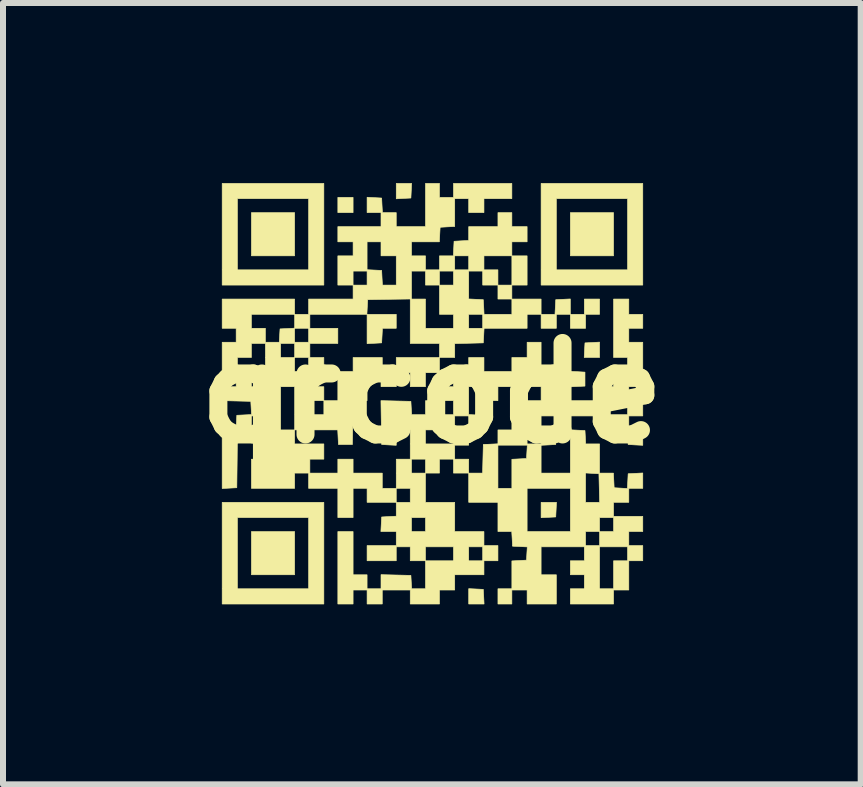
<source format=kicad_pcb>
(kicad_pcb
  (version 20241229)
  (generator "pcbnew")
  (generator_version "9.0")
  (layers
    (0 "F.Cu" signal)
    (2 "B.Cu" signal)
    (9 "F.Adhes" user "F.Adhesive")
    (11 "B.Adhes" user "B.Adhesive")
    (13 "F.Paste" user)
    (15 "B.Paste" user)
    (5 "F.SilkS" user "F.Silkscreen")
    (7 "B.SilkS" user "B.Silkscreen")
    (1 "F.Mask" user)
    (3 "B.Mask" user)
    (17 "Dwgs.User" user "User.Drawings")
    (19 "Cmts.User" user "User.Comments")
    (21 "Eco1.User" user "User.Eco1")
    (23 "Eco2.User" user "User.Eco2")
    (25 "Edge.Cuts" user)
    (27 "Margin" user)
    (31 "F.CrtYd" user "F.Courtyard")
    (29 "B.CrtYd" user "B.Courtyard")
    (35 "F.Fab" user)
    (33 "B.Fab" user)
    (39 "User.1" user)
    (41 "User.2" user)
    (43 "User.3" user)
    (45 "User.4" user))
  (footprint "qrcode"
    (layer "F.Cu")
    (at 4.144 3.498)
    (property "Reference" "qrcode" (at 0 0 0) (layer "F.SilkS") (effects (font (size 1.524 1.524) (thickness 0.3))))
    (attr through_hole)
    (fp_poly (pts (xy -2.286 -2.286) (xy -3.006 -2.286) (xy -3.006 -3.006) (xy -2.286 -3.006) (xy -2.286 -2.286)) (stroke (width 0.01) (type solid)) (fill yes) (layer "F.SilkS"))
    (fp_poly (pts (xy -2.286 3.027) (xy -3.006 3.027) (xy -3.006 2.307) (xy -2.286 2.307) (xy -2.286 3.027)) (stroke (width 0.01) (type solid)) (fill yes) (layer "F.SilkS"))
    (fp_poly (pts (xy -1.312 -3.006) (xy -1.566 -3.006) (xy -1.566 -3.26) (xy -1.312 -3.26) (xy -1.312 -3.006)) (stroke (width 0.01) (type solid)) (fill yes) (layer "F.SilkS"))
    (fp_poly (pts (xy 3.027 -2.286) (xy 2.307 -2.286) (xy 2.307 -3.006) (xy 3.027 -3.006) (xy 3.027 -2.286)) (stroke (width 0.01) (type solid)) (fill yes) (layer "F.SilkS"))
    (fp_poly (pts (xy 2.307 -0.593) (xy 2.051 -0.593) (xy 2.057 -0.714) (xy 2.064 -0.836) (xy 2.307 -0.849) (xy 2.307 -0.593)) (stroke (width 0.01) (type solid)) (fill yes) (layer "F.SilkS"))
    (fp_poly (pts (xy -0.593 -1.079) (xy -0.823 -1.079) (xy -0.836 -0.836) (xy -1.079 -0.823) (xy -1.079 -1.312) (xy -0.593 -1.312) (xy -0.593 -1.079)) (stroke (width 0.01) (type solid)) (fill yes) (layer "F.SilkS"))
    (fp_poly (pts (xy -0.343 -3.371) (xy -0.349 -3.249) (xy -0.471 -3.243) (xy -0.593 -3.236) (xy -0.593 -3.493) (xy -0.337 -3.493) (xy -0.343 -3.371)) (stroke (width 0.01) (type solid)) (fill yes) (layer "F.SilkS"))
    (fp_poly (pts (xy 0.736 3.264) (xy 0.857 3.27) (xy 0.864 3.392) (xy 0.87 3.514) (xy 0.614 3.514) (xy 0.614 3.258) (xy 0.736 3.264)) (stroke (width 0.01) (type solid)) (fill yes) (layer "F.SilkS"))
    (fp_poly (pts (xy 2.07 1.942) (xy 2.064 2.064) (xy 1.942 2.07) (xy 1.82 2.076) (xy 1.82 1.82) (xy 2.076 1.82) (xy 2.07 1.942)) (stroke (width 0.01) (type solid)) (fill yes) (layer "F.SilkS"))
    (fp_poly (pts (xy 2.429 -0.356) (xy 2.551 -0.349) (xy 2.551 -0.116) (xy 2.429 -0.11) (xy 2.307 -0.104) (xy 2.307 -0.362) (xy 2.429 -0.356)) (stroke (width 0.01) (type solid)) (fill yes) (layer "F.SilkS"))
    (fp_poly (pts (xy 2.794 -0.593) (xy 2.538 -0.593) (xy 2.544 -0.714) (xy 2.551 -0.836) (xy 2.672 -0.842) (xy 2.794 -0.849) (xy 2.794 -0.593)) (stroke (width 0.01) (type solid)) (fill yes) (layer "F.SilkS"))
    (fp_poly (pts (xy 2.307 -1.312) (xy 2.074 -1.312) (xy 2.074 -1.079) (xy 1.82 -1.079) (xy 1.82 -1.312) (xy 2.051 -1.312) (xy 2.064 -1.556) (xy 2.307 -1.568) (xy 2.307 -1.312)) (stroke (width 0.01) (type solid)) (fill yes) (layer "F.SilkS"))
    (fp_poly (pts (xy 2.794 -1.312) (xy 2.561 -1.312) (xy 2.561 -1.079) (xy 2.307 -1.079) (xy 2.307 -1.312) (xy 2.54 -1.312) (xy 2.54 -1.566) (xy 2.794 -1.566) (xy 2.794 -1.312)) (stroke (width 0.01) (type solid)) (fill yes) (layer "F.SilkS"))
    (fp_poly (pts (xy -1.799 -1.799) (xy -3.493 -1.799) (xy -3.493 -3.239) (xy -3.239 -3.239) (xy -3.239 -2.053) (xy -2.053 -2.053) (xy -2.053 -3.239) (xy -3.239 -3.239) (xy -3.493 -3.239) (xy -3.493 -3.493) (xy -1.799 -3.493) (xy -1.799 -1.799)) (stroke (width 0.01) (type solid)) (fill yes) (layer "F.SilkS"))
    (fp_poly (pts (xy -1.799 3.514) (xy -3.493 3.514) (xy -3.493 2.074) (xy -3.239 2.074) (xy -3.239 3.26) (xy -2.053 3.26) (xy -2.053 2.074) (xy -3.239 2.074) (xy -3.493 2.074) (xy -3.493 1.82) (xy -1.799 1.82) (xy -1.799 3.514)) (stroke (width 0.01) (type solid)) (fill yes) (layer "F.SilkS"))
    (fp_poly (pts (xy 3.514 -1.799) (xy 1.82 -1.799) (xy 1.82 -3.239) (xy 2.074 -3.239) (xy 2.074 -2.053) (xy 3.26 -2.053) (xy 3.26 -3.239) (xy 2.074 -3.239) (xy 1.82 -3.239) (xy 1.82 -3.493) (xy 3.514 -3.493) (xy 3.514 -1.799)) (stroke (width 0.01) (type solid)) (fill yes) (layer "F.SilkS"))
    (fp_poly (pts (xy 1.587 -2.286) (xy 1.587 -1.799) (xy 1.333 -1.799) (xy 1.333 -1.566) (xy 1.82 -1.566) (xy 1.82 -1.312) (xy 1.587 -1.312) (xy 1.587 -1.079) (xy 0.87 -1.079) (xy 0.864 -0.958) (xy 0.857 -0.836) (xy 0.381 -0.824) (xy 0.381 -0.593) (xy 0.127 -0.593) (xy 0.127 -0.339) (xy -0.106 -0.339) (xy -0.106 -0.106) (xy -0.36 -0.106) (xy -0.36 -0.339) (xy -0.593 -0.339) (xy -0.593 -0.106) (xy -0.847 -0.106) (xy -0.847 -0.339) (xy -1.079 -0.339) (xy -1.079 0.127) (xy -1.311 0.127) (xy -1.317 0.492) (xy -1.323 0.857) (xy -1.556 0.857) (xy -1.562 0.736) (xy -1.568 0.614) (xy -2.286 0.614) (xy -2.286 0.847) (xy -1.799 0.847) (xy -1.799 1.101) (xy -2.032 1.101) (xy -2.032 1.333) (xy -1.566 1.333) (xy -1.566 1.101) (xy -1.312 1.101) (xy -1.312 1.333) (xy -0.826 1.333) (xy -0.826 1.587) (xy -0.593 1.587) (xy -0.593 1.82) (xy -0.36 1.82) (xy -0.36 1.587) (xy -0.593 1.587) (xy -0.593 1.101) (xy -0.36 1.101) (xy -0.339 1.101) (xy -0.339 1.333) (xy -0.106 1.333) (xy -0.106 1.101) (xy -0.339 1.101) (xy -0.36 1.101) (xy -0.36 0.868) (xy 0.381 0.868) (xy 0.381 1.101) (xy 0.614 1.101) (xy 0.614 1.333) (xy 0.845 1.333) (xy 0.857 0.868) (xy 1.101 0.868) (xy 1.101 1.587) (xy 1.333 1.587) (xy 1.587 1.587) (xy 1.587 2.307) (xy 2.307 2.307) (xy 2.561 2.307) (xy 2.561 2.54) (xy 2.794 2.54) (xy 2.794 2.307) (xy 2.561 2.307) (xy 2.307 2.307) (xy 2.307 2.074) (xy 2.794 2.074) (xy 2.794 2.307) (xy 3.027 2.307) (xy 3.027 2.074) (xy 2.794 2.074) (xy 2.307 2.074) (xy 2.307 1.82) (xy 2.561 1.82) (xy 2.795 1.82) (xy 2.783 1.344) (xy 2.561 1.331) (xy 2.561 1.82) (xy 2.307 1.82) (xy 2.307 1.587) (xy 1.587 1.587) (xy 1.333 1.587) (xy 1.333 1.103) (xy 1.577 1.09) (xy 1.59 0.87) (xy 1.82 0.87) (xy 1.82 1.333) (xy 2.307 1.333) (xy 2.307 0.614) (xy 2.076 0.614) (xy 2.07 0.736) (xy 2.064 0.857) (xy 1.942 0.864) (xy 1.82 0.87) (xy 1.59 0.87) (xy 1.59 0.868) (xy 1.101 0.868) (xy 0.857 0.868) (xy 0.857 0.857) (xy 1.101 0.845) (xy 1.101 0.614) (xy 1.333 0.614) (xy 1.587 0.614) (xy 1.587 0.847) (xy 1.82 0.847) (xy 1.82 0.614) (xy 1.587 0.614) (xy 1.333 0.614) (xy 1.333 0.381) (xy 1.82 0.381) (xy 1.82 0.614) (xy 2.053 0.614) (xy 2.053 0.381) (xy 1.82 0.381) (xy 1.333 0.381) (xy 1.333 0.127) (xy 1.82 0.127) (xy 1.82 -0.106) (xy 1.101 -0.106) (xy 1.101 0.127) (xy 0.847 0.127) (xy 0.847 -0.106) (xy 0.614 -0.106) (xy 0.614 0.358) (xy 0.736 0.364) (xy 0.857 0.37) (xy 0.864 0.492) (xy 0.87 0.614) (xy 0.614 0.614) (xy 0.614 0.868) (xy 0.381 0.868) (xy -0.36 0.868) (xy -0.36 0.614) (xy -0.106 0.614) (xy -0.106 0.847) (xy 0.36 0.847) (xy 0.36 0.614) (xy -0.106 0.614) (xy -0.36 0.614) (xy -0.593 0.614) (xy -0.593 0.87) (xy -0.714 0.864) (xy -0.836 0.857) (xy -0.842 0.491) (xy -0.844 0.381) (xy 0.381 0.381) (xy 0.381 0.614) (xy 0.614 0.614) (xy 0.614 0.381) (xy 0.381 0.381) (xy -0.844 0.381) (xy -0.848 0.126) (xy -0.598 0.132) (xy -0.349 0.138) (xy -0.343 0.249) (xy -0.336 0.36) (xy -0.106 0.36) (xy -0.106 0.127) (xy 0.127 0.127) (xy 0.127 0.36) (xy 0.36 0.36) (xy 0.36 0.127) (xy 0.127 0.127) (xy 0.127 -0.106) (xy 0.358 -0.106) (xy 0.37 -0.349) (xy 0.492 -0.356) (xy 0.614 -0.362) (xy 0.614 -0.593) (xy 0.868 -0.593) (xy 0.868 -0.36) (xy 1.333 -0.36) (xy 1.333 -0.593) (xy 1.587 -0.593) (xy 1.587 -0.847) (xy 1.82 -0.847) (xy 1.82 -0.362) (xy 1.942 -0.356) (xy 2.064 -0.349) (xy 2.07 0.005) (xy 2.075 0.36) (xy 2.307 0.36) (xy 2.307 0.127) (xy 2.794 0.127) (xy 2.794 0.36) (xy 3.26 0.36) (xy 3.26 0.127) (xy 2.794 0.127) (xy 2.794 -0.106) (xy 3.027 -0.106) (xy 3.027 -0.36) (xy 3.26 -0.36) (xy 3.26 -0.593) (xy 3.027 -0.593) (xy 3.027 -1.566) (xy 3.281 -1.566) (xy 3.281 -1.312) (xy 3.514 -1.312) (xy 3.514 -1.079) (xy 3.281 -1.079) (xy 3.281 -0.847) (xy 3.514 -0.847) (xy 3.514 -0.106) (xy 3.281 -0.106) (xy 3.281 0.127) (xy 3.514 0.127) (xy 3.514 0.381) (xy 3.281 0.381) (xy 3.281 0.614) (xy 3.514 0.614) (xy 3.514 0.87) (xy 3.392 0.864) (xy 3.27 0.857) (xy 3.264 0.736) (xy 3.258 0.614) (xy 2.794 0.614) (xy 2.794 0.381) (xy 2.307 0.381) (xy 2.307 0.612) (xy 2.429 0.618) (xy 2.551 0.624) (xy 2.557 0.736) (xy 2.563 0.847) (xy 2.794 0.847) (xy 2.794 1.333) (xy 3.025 1.333) (xy 3.037 1.577) (xy 3.257 1.59) (xy 3.264 1.467) (xy 3.27 1.344) (xy 3.514 1.331) (xy 3.514 1.587) (xy 3.281 1.587) (xy 3.281 1.82) (xy 3.027 1.82) (xy 3.027 2.053) (xy 3.514 2.053) (xy 3.514 2.307) (xy 3.281 2.307) (xy 3.281 2.54) (xy 3.514 2.54) (xy 3.514 2.794) (xy 3.281 2.794) (xy 3.281 3.281) (xy 3.027 3.281) (xy 3.027 3.514) (xy 2.307 3.514) (xy 2.307 3.26) (xy 2.54 3.26) (xy 2.54 3.027) (xy 2.307 3.027) (xy 2.307 2.794) (xy 2.54 2.794) (xy 2.54 2.561) (xy 2.794 2.561) (xy 2.794 3.26) (xy 3.027 3.26) (xy 3.027 2.794) (xy 3.26 2.794) (xy 3.26 2.561) (xy 2.794 2.561) (xy 2.54 2.561) (xy 1.82 2.561) (xy 1.82 3.027) (xy 2.074 3.027) (xy 2.074 3.514) (xy 1.587 3.514) (xy 1.587 3.281) (xy 1.333 3.281) (xy 1.333 3.514) (xy 1.101 3.514) (xy 1.101 3.26) (xy 1.333 3.26) (xy 1.333 2.796) (xy 1.577 2.783) (xy 1.583 2.673) (xy 1.59 2.563) (xy 1.467 2.557) (xy 1.344 2.551) (xy 1.338 2.429) (xy 1.331 2.307) (xy 1.101 2.307) (xy 1.101 1.82) (xy 0.614 1.82) (xy 0.614 1.333) (xy 0.36 1.333) (xy 0.36 1.101) (xy 0.127 1.101) (xy 0.127 1.333) (xy -0.106 1.333) (xy -0.106 1.82) (xy 0.381 1.82) (xy 0.381 2.307) (xy 0.868 2.307) (xy 0.868 2.54) (xy 1.101 2.54) (xy 1.101 2.794) (xy 0.868 2.794) (xy 0.868 3.027) (xy 0.381 3.027) (xy 0.381 3.281) (xy 0.127 3.281) (xy 0.127 3.514) (xy -0.36 3.514) (xy -0.36 3.281) (xy -0.826 3.281) (xy -0.826 3.514) (xy -1.079 3.514) (xy -1.079 3.281) (xy -1.312 3.281) (xy -1.312 3.514) (xy -1.566 3.514) (xy -1.566 2.307) (xy -1.312 2.307) (xy -1.312 3.027) (xy -1.079 3.027) (xy -1.079 3.26) (xy -0.847 3.26) (xy -0.847 3.025) (xy -0.598 3.031) (xy -0.349 3.037) (xy -0.343 3.149) (xy -0.336 3.26) (xy -0.106 3.26) (xy -0.106 2.794) (xy -0.36 2.794) (xy -0.36 2.561) (xy -0.106 2.561) (xy -0.106 2.794) (xy 0.36 2.794) (xy 0.36 2.561) (xy 0.614 2.561) (xy 0.614 2.794) (xy 0.847 2.794) (xy 0.847 2.561) (xy 0.614 2.561) (xy 0.36 2.561) (xy -0.106 2.561) (xy -0.36 2.561) (xy -0.593 2.561) (xy -0.593 2.794) (xy -1.079 2.794) (xy -1.079 2.54) (xy -0.593 2.54) (xy -0.593 2.307) (xy -0.849 2.307) (xy -0.837 2.074) (xy -0.339 2.074) (xy -0.339 2.307) (xy -0.106 2.307) (xy -0.106 2.074) (xy -0.339 2.074) (xy -0.837 2.074) (xy -0.836 2.064) (xy -0.714 2.057) (xy -0.593 2.051) (xy -0.593 1.82) (xy -1.079 1.82) (xy -1.079 1.587) (xy -1.312 1.587) (xy -1.312 2.074) (xy -1.566 2.074) (xy -1.566 1.587) (xy -2.053 1.587) (xy -2.053 1.333) (xy -2.286 1.333) (xy -2.286 1.587) (xy -3.006 1.587) (xy -3.006 1.101) (xy -2.773 1.101) (xy -2.773 0.381) (xy -3.006 0.381) (xy -3.006 0.614) (xy -3.238 0.614) (xy -3.243 1.095) (xy -3.249 1.577) (xy -3.493 1.59) (xy -3.493 0.614) (xy -3.262 0.614) (xy -3.255 0.492) (xy -3.249 0.37) (xy -3.004 0.358) (xy -3.01 0.248) (xy -3.016 0.138) (xy -3.493 0.126) (xy -3.493 -0.106) (xy -3.26 -0.106) (xy -3.26 -0.339) (xy -3.493 -0.339) (xy -3.493 -0.593) (xy -3.239 -0.593) (xy -3.239 -0.36) (xy -3.006 -0.36) (xy -3.006 -0.106) (xy -2.773 -0.106) (xy -2.519 -0.106) (xy -2.519 0.614) (xy -2.286 0.614) (xy -2.286 0.127) (xy -2.032 0.127) (xy -2.032 0.36) (xy -1.799 0.36) (xy -1.799 0.127) (xy -2.032 0.127) (xy -2.286 0.127) (xy -2.286 -0.106) (xy -2.519 -0.106) (xy -2.773 -0.106) (xy -2.773 -0.826) (xy -2.519 -0.826) (xy -2.519 -0.593) (xy -2.286 -0.593) (xy -2.286 -0.36) (xy -2.053 -0.36) (xy -2.053 -0.593) (xy -2.286 -0.593) (xy -2.286 -0.826) (xy -2.519 -0.826) (xy -2.773 -0.826) (xy -3.006 -0.826) (xy -3.006 -0.593) (xy -3.239 -0.593) (xy -3.493 -0.593) (xy -3.493 -0.847) (xy -3.26 -0.847) (xy -3.26 -1.079) (xy -3.493 -1.079) (xy -3.493 -1.312) (xy -3.006 -1.312) (xy -3.006 -1.079) (xy -2.773 -1.079) (xy -2.773 -0.847) (xy -2.542 -0.847) (xy -2.529 -1.069) (xy -2.408 -1.075) (xy -2.327 -1.079) (xy -2.286 -1.079) (xy -2.286 -0.847) (xy -2.053 -0.847) (xy -2.053 -1.079) (xy -2.286 -1.079) (xy -2.327 -1.079) (xy -2.286 -1.082) (xy -2.286 -1.312) (xy -3.006 -1.312) (xy -3.493 -1.312) (xy -3.493 -1.566) (xy -2.286 -1.566) (xy -2.286 -1.312) (xy -2.053 -1.312) (xy -2.032 -1.312) (xy -2.032 -1.079) (xy -1.566 -1.079) (xy -1.566 -0.826) (xy -2.032 -0.826) (xy -2.032 -0.593) (xy -1.799 -0.593) (xy -1.799 -0.339) (xy -2.032 -0.339) (xy -2.032 -0.106) (xy -1.799 -0.106) (xy -1.799 0.127) (xy -1.566 0.127) (xy -1.566 -0.36) (xy -1.312 -0.36) (xy -1.312 -0.593) (xy -0.826 -0.593) (xy -0.826 -0.36) (xy -0.593 -0.36) (xy -0.593 -0.593) (xy 0.127 -0.593) (xy 0.127 -0.826) (xy -0.36 -0.826) (xy -0.36 -1.567) (xy -0.714 -1.562) (xy -1.069 -1.556) (xy -1.082 -1.312) (xy -2.032 -1.312) (xy -2.053 -1.312) (xy -2.053 -1.566) (xy -1.312 -1.566) (xy -1.312 -1.799) (xy -1.566 -1.799) (xy -1.566 -2.032) (xy -1.312 -2.032) (xy -1.312 -1.799) (xy -1.079 -1.799) (xy -1.079 -2.032) (xy -1.312 -2.032) (xy -1.566 -2.032) (xy -1.566 -2.286) (xy -1.312 -2.286) (xy -1.312 -2.519) (xy -1.079 -2.519) (xy -1.079 -2.055) (xy -0.836 -2.043) (xy -0.83 -1.921) (xy -0.823 -1.799) (xy -0.593 -1.799) (xy -0.593 -2.032) (xy -0.339 -2.032) (xy -0.339 -1.566) (xy -0.106 -1.566) (xy -0.106 -1.079) (xy 0.36 -1.079) (xy 0.36 -1.312) (xy 0.614 -1.312) (xy 0.614 -1.079) (xy 0.847 -1.079) (xy 0.847 -1.312) (xy 0.614 -1.312) (xy 0.36 -1.312) (xy 0.127 -1.312) (xy 0.127 -1.799) (xy -0.106 -1.799) (xy -0.106 -2.032) (xy 0.127 -2.032) (xy 0.127 -1.799) (xy 0.36 -1.799) (xy 0.36 -2.032) (xy 0.614 -2.032) (xy 0.614 -1.568) (xy 0.736 -1.562) (xy 0.857 -1.556) (xy 0.864 -1.434) (xy 0.87 -1.312) (xy 1.333 -1.312) (xy 1.333 -1.566) (xy 1.101 -1.566) (xy 1.101 -1.799) (xy 0.847 -1.799) (xy 0.847 -2.032) (xy 0.614 -2.032) (xy 0.36 -2.032) (xy 0.127 -2.032) (xy -0.106 -2.032) (xy -0.339 -2.032) (xy -0.593 -2.032) (xy -0.593 -2.286) (xy -0.847 -2.286) (xy -0.847 -2.519) (xy -1.079 -2.519) (xy -1.312 -2.519) (xy -1.566 -2.519) (xy -1.566 -2.773) (xy -0.847 -2.773) (xy -0.847 -3.006) (xy -1.079 -3.006) (xy -1.079 -3.262) (xy -0.836 -3.249) (xy -0.83 -3.127) (xy -0.823 -3.006) (xy -0.593 -3.006) (xy -0.593 -2.773) (xy -0.106 -2.773) (xy -0.106 -3.493) (xy 0.127 -3.493) (xy 0.127 -3.26) (xy 0.36 -3.26) (xy 0.36 -3.493) (xy 1.333 -3.493) (xy 1.333 -3.239) (xy 0.868 -3.239) (xy 0.868 -3.006) (xy 0.614 -3.006) (xy 0.614 -3.239) (xy 0.381 -3.239) (xy 0.381 -2.775) (xy 0.259 -2.769) (xy 0.138 -2.762) (xy 0.125 -2.519) (xy -0.339 -2.519) (xy -0.339 -2.286) (xy -0.106 -2.286) (xy -0.106 -2.053) (xy 0.127 -2.053) (xy 0.127 -2.286) (xy 0.358 -2.286) (xy 0.381 -2.286) (xy 0.381 -2.053) (xy 0.614 -2.053) (xy 0.614 -2.286) (xy 0.868 -2.286) (xy 0.868 -2.053) (xy 1.101 -2.053) (xy 1.101 -1.799) (xy 1.333 -1.799) (xy 1.333 -2.286) (xy 0.868 -2.286) (xy 0.614 -2.286) (xy 0.381 -2.286) (xy 0.358 -2.286) (xy 0.364 -2.408) (xy 0.37 -2.529) (xy 0.492 -2.536) (xy 0.614 -2.542) (xy 0.614 -2.773) (xy 1.101 -2.773) (xy 1.101 -3.006) (xy 1.333 -3.006) (xy 1.333 -2.773) (xy 1.587 -2.773) (xy 1.587 -2.519) (xy 1.333 -2.519) (xy 1.333 -2.286) (xy 1.587 -2.286)) (stroke (width 0.01) (type solid)) (fill yes) (layer "F.SilkS")))
  (gr_rect
    (start -3 -3)
    (end 11.288 10.016)
    (stroke (width 0.1) (type default))
    (fill no)
    (layer "Edge.Cuts")))
</source>
